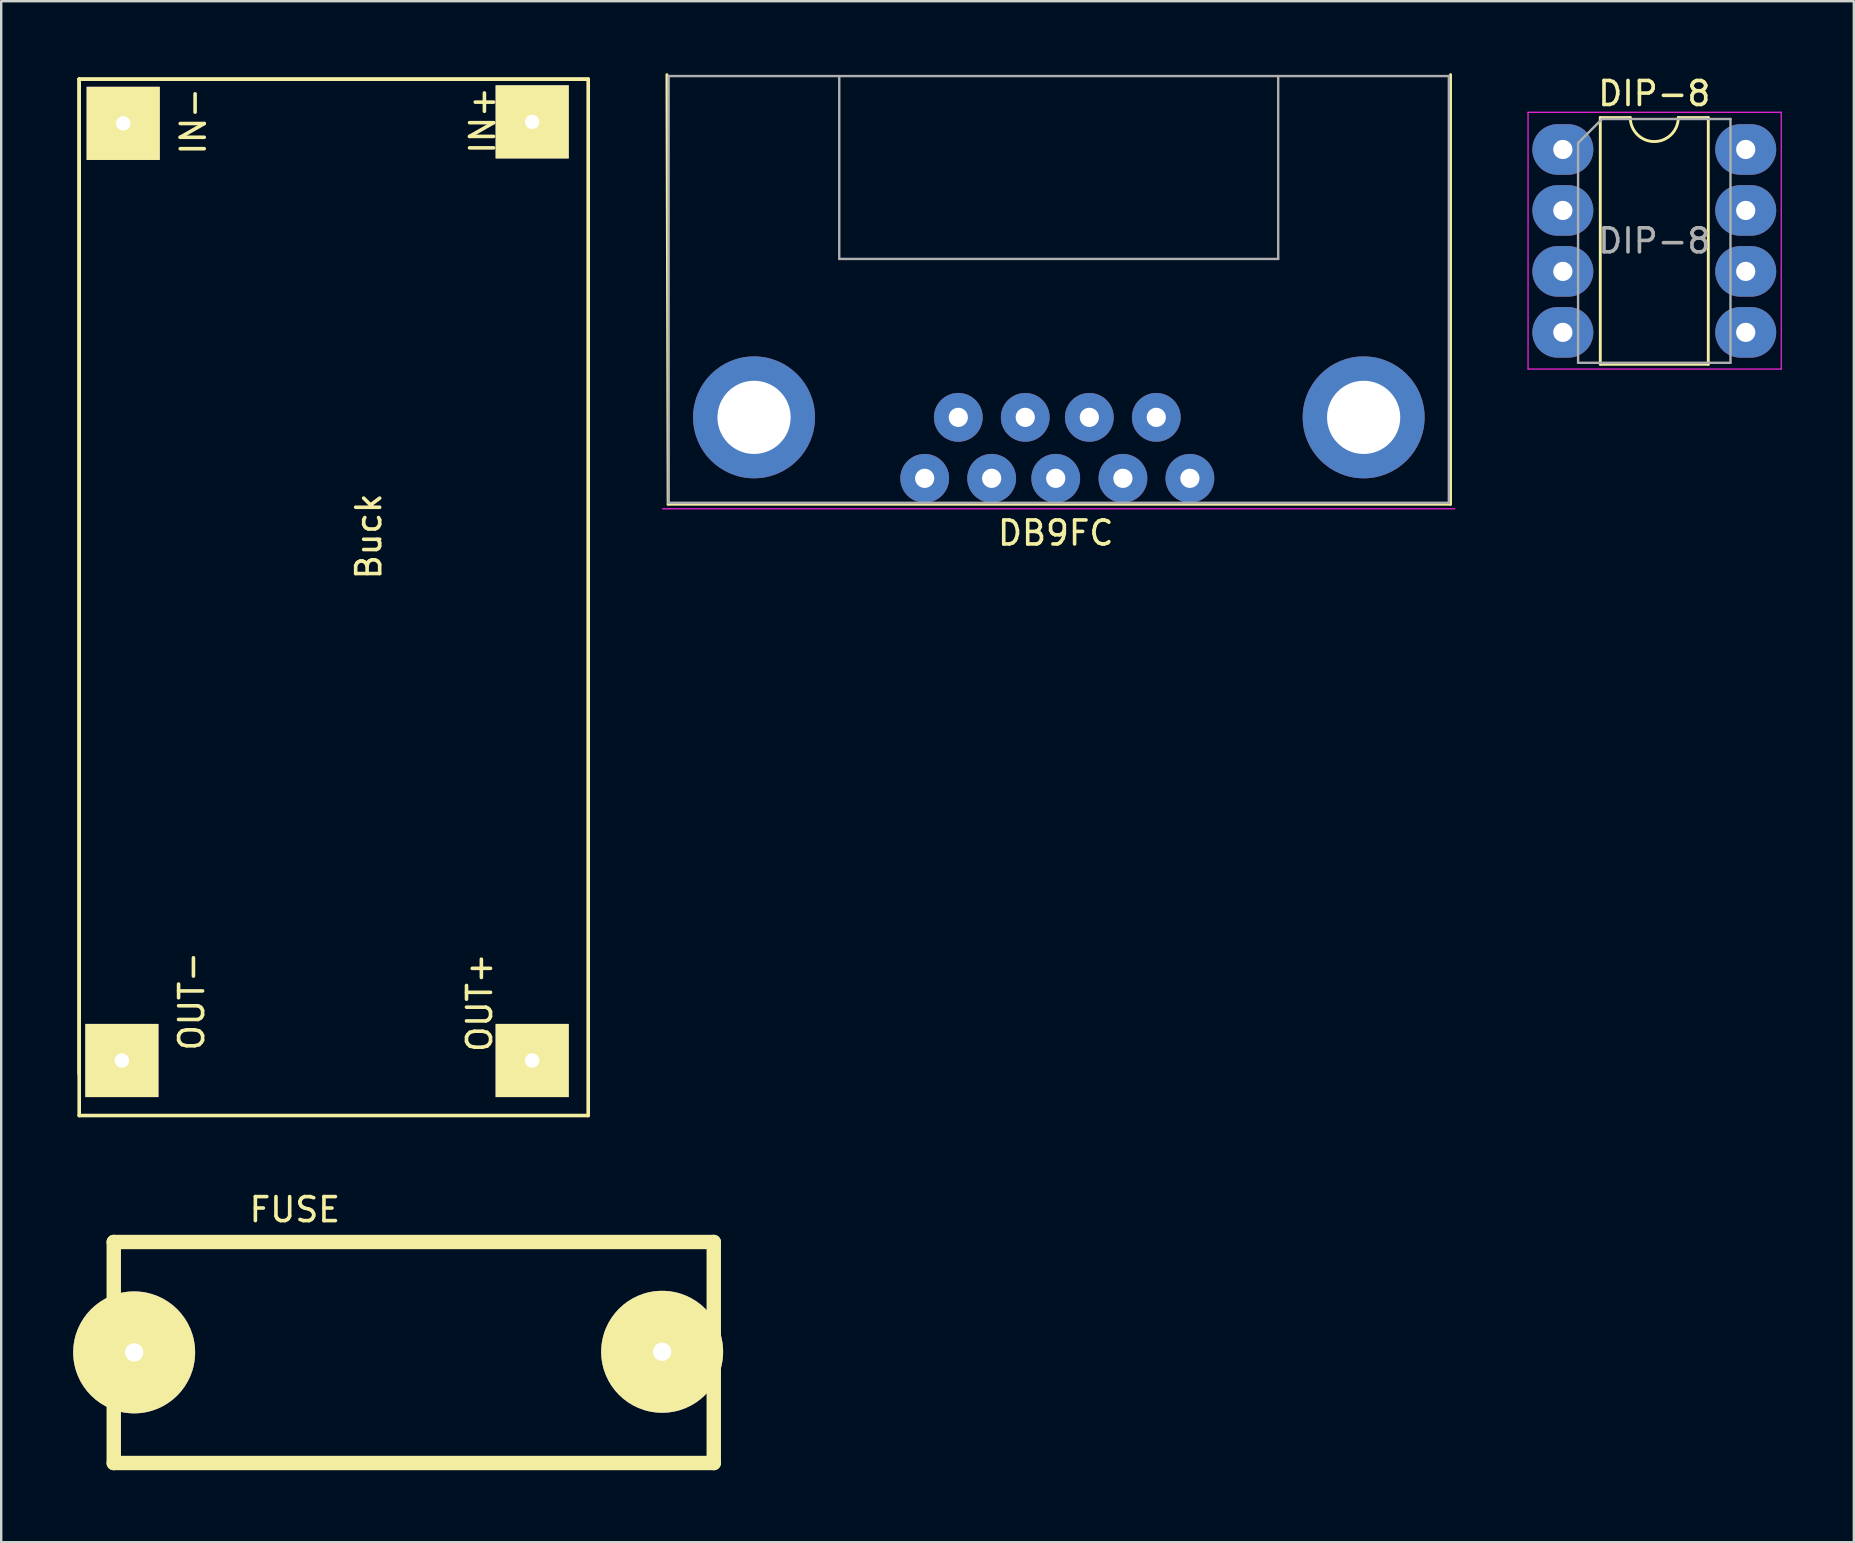
<source format=kicad_pcb>
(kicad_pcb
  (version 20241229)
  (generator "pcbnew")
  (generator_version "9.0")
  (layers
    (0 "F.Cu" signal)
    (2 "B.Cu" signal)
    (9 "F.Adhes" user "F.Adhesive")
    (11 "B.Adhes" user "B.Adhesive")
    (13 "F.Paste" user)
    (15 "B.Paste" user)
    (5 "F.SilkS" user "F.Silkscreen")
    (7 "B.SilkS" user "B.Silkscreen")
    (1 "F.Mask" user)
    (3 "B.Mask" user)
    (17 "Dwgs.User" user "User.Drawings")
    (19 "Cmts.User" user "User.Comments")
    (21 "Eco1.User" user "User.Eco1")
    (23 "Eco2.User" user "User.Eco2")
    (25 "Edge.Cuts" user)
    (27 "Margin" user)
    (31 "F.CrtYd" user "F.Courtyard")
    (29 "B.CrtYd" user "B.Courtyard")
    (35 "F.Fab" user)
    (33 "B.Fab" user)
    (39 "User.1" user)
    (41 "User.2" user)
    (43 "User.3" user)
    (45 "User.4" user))
  (footprint "DB9FC"
    (layer "F.Cu")
    (at 35.479 16.88)
    (property "Reference" "DB9FC" (at 5.46 2.28 0) (layer "F.SilkS") (effects (font (size 1 1) (thickness 0.15))))
    (attr through_hole)
    (fp_line (start -10.74 -16.82) (end -10.69 1.08) (stroke (width 0.12) (type solid)) (layer "F.SilkS"))
    (fp_line (start -10.69 1.08) (end 21.91 1.08) (stroke (width 0.12) (type solid)) (layer "F.SilkS"))
    (fp_line (start 21.91 1.08) (end 21.91 -16.82) (stroke (width 0.12) (type solid)) (layer "F.SilkS"))
    (fp_line (start 22.09 1.27) (end -10.92 1.27) (stroke (width 0.05) (type solid)) (layer "F.CrtYd"))
    (fp_line (start -10.67 -16.76) (end -10.67 1.02) (stroke (width 0.1) (type solid)) (layer "F.Fab"))
    (fp_line (start -10.67 1.02) (end 21.84 1.02) (stroke (width 0.1) (type solid)) (layer "F.Fab"))
    (fp_line (start -3.56 -16.76) (end -3.56 -9.14) (stroke (width 0.1) (type solid)) (layer "F.Fab"))
    (fp_line (start -3.56 -9.14) (end 14.73 -9.14) (stroke (width 0.1) (type solid)) (layer "F.Fab"))
    (fp_line (start 14.73 -9.14) (end 14.73 -16.76) (stroke (width 0.1) (type solid)) (layer "F.Fab"))
    (fp_line (start 21.84 -16.76) (end -10.67 -16.76) (stroke (width 0.1) (type solid)) (layer "F.Fab"))
    (fp_line (start 21.84 1.02) (end 21.84 -16.76) (stroke (width 0.1) (type solid)) (layer "F.Fab"))
    (pad "" thru_hole circle (at -7.11 -2.54) (size 5.08 5.08) (drill 3.05) (layers "*.Cu" "*.Mask"))
    (pad "" thru_hole circle (at 18.29 -2.54) (size 5.08 5.08) (drill 3.05) (layers "*.Cu" "*.Mask"))
    (pad "1" thru_hole circle (at 0 0) (size 2.032 2.032) (drill 0.8) (layers "*.Cu" "*.Mask"))
    (pad "2" thru_hole circle (at 2.79 0) (size 2.032 2.032) (drill 0.8) (layers "*.Cu" "*.Mask"))
    (pad "3" thru_hole circle (at 5.46 0) (size 2.032 2.032) (drill 0.8) (layers "*.Cu" "*.Mask"))
    (pad "4" thru_hole circle (at 8.26 0) (size 2.032 2.032) (drill 0.8) (layers "*.Cu" "*.Mask"))
    (pad "5" thru_hole circle (at 11.05 0) (size 2.032 2.032) (drill 0.8) (layers "*.Cu" "*.Mask"))
    (pad "6" thru_hole circle (at 1.4 -2.54) (size 2.032 2.032) (drill 0.8) (layers "*.Cu" "*.Mask"))
    (pad "7" thru_hole circle (at 4.19 -2.54) (size 2.032 2.032) (drill 0.8) (layers "*.Cu" "*.Mask"))
    (pad "8" thru_hole circle (at 6.86 -2.54) (size 2.032 2.032) (drill 0.8) (layers "*.Cu" "*.Mask"))
    (pad "9" thru_hole circle (at 9.65 -2.54) (size 2.032 2.032) (drill 0.8) (layers "*.Cu" "*.Mask")))
  (footprint "DIP-8"
    (layer "F.Cu")
    (at 62.069 3.178)
    (property "Reference" "DIP-8" (at 3.81 -2.33 0) (layer "F.SilkS") (effects (font (size 1 1) (thickness 0.15))))
    (attr through_hole)
    (fp_line (start 1.56 -1.33) (end 1.56 8.95) (stroke (width 0.12) (type solid)) (layer "F.SilkS"))
    (fp_line (start 1.56 8.95) (end 6.06 8.95) (stroke (width 0.12) (type solid)) (layer "F.SilkS"))
    (fp_line (start 2.81 -1.33) (end 1.56 -1.33) (stroke (width 0.12) (type solid)) (layer "F.SilkS"))
    (fp_line (start 6.06 -1.33) (end 4.81 -1.33) (stroke (width 0.12) (type solid)) (layer "F.SilkS"))
    (fp_line (start 6.06 8.95) (end 6.06 -1.33) (stroke (width 0.12) (type solid)) (layer "F.SilkS"))
    (fp_arc (start 4.81 -1.33) (mid 3.81 -0.33) (end 2.81 -1.33) (stroke (width 0.12) (type solid)) (layer "F.SilkS"))
    (fp_line (start -1.45 -1.55) (end -1.45 9.15) (stroke (width 0.05) (type solid)) (layer "F.CrtYd"))
    (fp_line (start -1.45 9.15) (end 9.1 9.15) (stroke (width 0.05) (type solid)) (layer "F.CrtYd"))
    (fp_line (start 9.1 -1.55) (end -1.45 -1.55) (stroke (width 0.05) (type solid)) (layer "F.CrtYd"))
    (fp_line (start 9.1 9.15) (end 9.1 -1.55) (stroke (width 0.05) (type solid)) (layer "F.CrtYd"))
    (fp_line (start 0.635 -0.27) (end 1.635 -1.27) (stroke (width 0.1) (type solid)) (layer "F.Fab"))
    (fp_line (start 0.635 8.89) (end 0.635 -0.27) (stroke (width 0.1) (type solid)) (layer "F.Fab"))
    (fp_line (start 1.635 -1.27) (end 6.985 -1.27) (stroke (width 0.1) (type solid)) (layer "F.Fab"))
    (fp_line (start 6.985 -1.27) (end 6.985 8.89) (stroke (width 0.1) (type solid)) (layer "F.Fab"))
    (fp_line (start 6.985 8.89) (end 0.635 8.89) (stroke (width 0.1) (type solid)) (layer "F.Fab"))
    (fp_text user "${REFERENCE}" (at 3.81 3.81 0) (layer "F.Fab") (effects (font (size 1 1) (thickness 0.15))))
    (pad "1" thru_hole oval (at 0 0) (size 2.54 2.108) (drill 0.8) (layers "*.Cu" "*.Mask"))
    (pad "2" thru_hole oval (at 0 2.54) (size 2.54 2.108) (drill 0.8) (layers "*.Cu" "*.Mask"))
    (pad "3" thru_hole oval (at 0 5.08) (size 2.54 2.108) (drill 0.8) (layers "*.Cu" "*.Mask"))
    (pad "4" thru_hole oval (at 0 7.62) (size 2.54 2.108) (drill 0.8) (layers "*.Cu" "*.Mask"))
    (pad "5" thru_hole oval (at 7.62 7.62) (size 2.54 2.108) (drill 0.8) (layers "*.Cu" "*.Mask"))
    (pad "6" thru_hole oval (at 7.62 5.08) (size 2.54 2.108) (drill 0.8) (layers "*.Cu" "*.Mask"))
    (pad "7" thru_hole oval (at 7.62 2.54) (size 2.54 2.108) (drill 0.8) (layers "*.Cu" "*.Mask"))
    (pad "8" thru_hole oval (at 7.62 0) (size 2.54 2.108) (drill 0.8) (layers "*.Cu" "*.Mask")))
  (footprint "FUSE"
    (layer "F.Cu")
    (at 13.971 53.805)
    (property "Reference" "FUSE" (at -4.737 -6.452 0) (layer "F.SilkS") (effects (font (size 1 1) (thickness 0.15))))
    (attr through_hole)
    (fp_line (start -12.281 -5.105) (end 12.719 -5.105) (stroke (width 0.6) (type solid)) (layer "F.SilkS"))
    (fp_line (start -12.281 4.105) (end -12.281 -5.105) (stroke (width 0.6) (type solid)) (layer "F.SilkS"))
    (fp_line (start 12.719 -5.105) (end 12.719 4.105) (stroke (width 0.6) (type solid)) (layer "F.SilkS"))
    (fp_line (start 12.719 4.105) (end -12.281 4.105) (stroke (width 0.6) (type solid)) (layer "F.SilkS"))
    (pad "1" thru_hole circle (at 10.569 -0.53 90) (size 5.08 5.08) (drill 0.762) (layers "*.Cu" "*.Mask" "F.SilkS"))
    (pad "2" thru_hole circle (at -11.431 -0.505 90) (size 5.08 5.08) (drill 0.762) (layers "*.Cu" "*.Mask" "F.SilkS")))
  (footprint "Buck"
    (layer "F.Cu")
    (at 0.25 0.25)
    (property "Reference" "Buck" (at 12.065 19.05 90) (layer "F.SilkS") (effects (font (size 1 1) (thickness 0.15))))
    (attr through_hole)
    (fp_line (start 0 0) (end 21.209 0) (stroke (width 0.15) (type solid)) (layer "F.SilkS"))
    (fp_line (start 0 0) (end 21.209 0) (stroke (width 0.15) (type solid)) (layer "F.SilkS"))
    (fp_line (start 0 41.46) (end 0 0) (stroke (width 0.15) (type solid)) (layer "F.SilkS"))
    (fp_line (start 0 43.18) (end 0 0) (stroke (width 0.15) (type solid)) (layer "F.SilkS"))
    (fp_line (start 21.209 0) (end 21.209 43.18) (stroke (width 0.15) (type solid)) (layer "F.SilkS"))
    (fp_line (start 21.209 43.18) (end 0 43.18) (stroke (width 0.15) (type solid)) (layer "F.SilkS"))
    (fp_text user "IN-" (at 4.755 1.753 90) (layer "F.SilkS") (effects (font (size 1 1) (thickness 0.15))))
    (fp_text user "OUT-" (at 4.686 38.417 90) (layer "F.SilkS") (effects (font (size 1 1) (thickness 0.15))))
    (fp_text user "OUT+" (at 16.683 38.476 90) (layer "F.SilkS") (effects (font (size 1 1) (thickness 0.15))))
    (fp_text user "IN+" (at 16.81 1.717 90) (layer "F.SilkS") (effects (font (size 1 1) (thickness 0.15))))
    (pad "1" thru_hole rect (at 18.875 1.778) (size 3.048 3.048) (drill 0.6) (layers "*.Cu" "*.Mask" "F.SilkS"))
    (pad "2" thru_hole rect (at 1.834 1.841) (size 3.048 3.048) (drill 0.6) (layers "*.Cu" "*.Mask" "F.SilkS"))
    (pad "3" thru_hole rect (at 1.778 40.888) (size 3.048 3.048) (drill 0.6) (layers "*.Cu" "*.Mask" "F.SilkS"))
    (pad "4" thru_hole rect (at 18.875 40.888) (size 3.048 3.048) (drill 0.6) (layers "*.Cu" "*.Mask" "F.SilkS")))
  (gr_rect
    (start -3 -3)
    (end 74.194 61.209)
    (stroke (width 0.1) (type default))
    (fill no)
    (layer "Edge.Cuts")))
</source>
